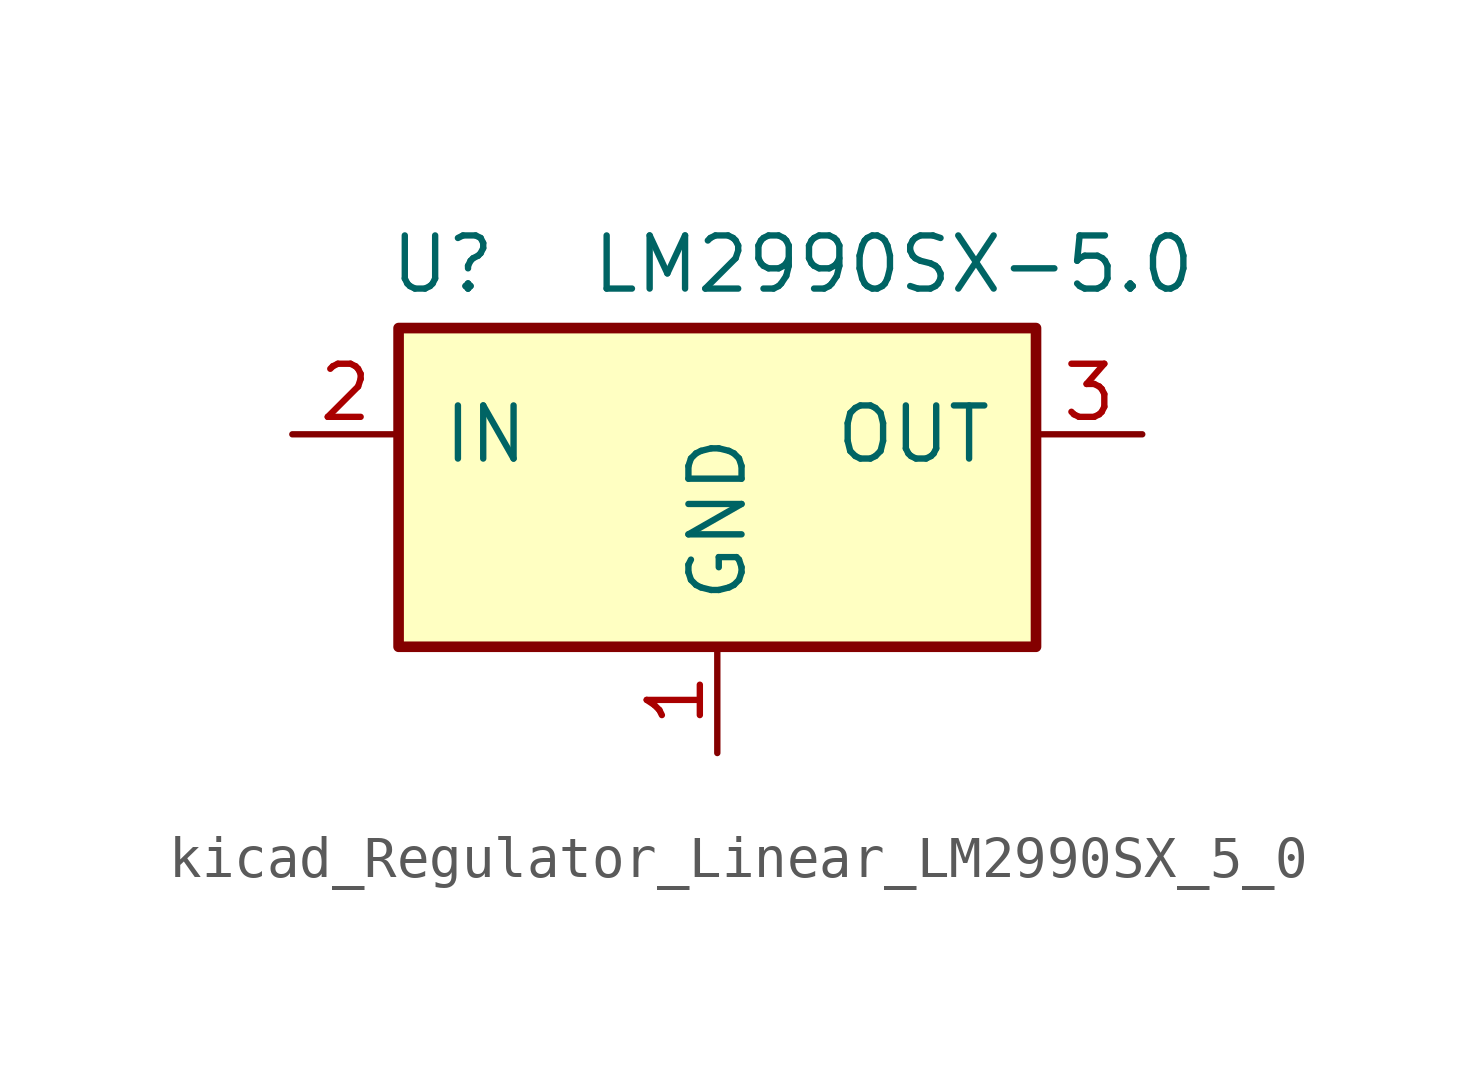
<source format=kicad_sym>
(kicad_symbol_lib
  (version 20220914)
  (generator kicad_symbol_editor)
  (symbol "kicad_Regulator_Linear_LM2990SX_5_0"
    (pin_names
      (offset 1.016))
    (property "Reference" "U"
      (at -7.874 4.064 0)
      (effects (font (size 1.27 1.27)) (justify left)))
    (property "Value" "LM2990SX-5.0"
      (at -3.048 4.064 0)
      (effects (font (size 1.27 1.27)) (justify left)))
    (symbol "kicad_Regulator_Linear_LM2990SX_5_0_0_1"
      (rectangle (start -7.62 2.54) (end 7.62 -5.08) (stroke (width 0.254) (type default)) (fill (type background))))
    (symbol "kicad_Regulator_Linear_LM2990SX_5_0_1_1"
      (pin power_in line (at 0 -7.62 90) (length 2.54) (name "GND" (effects (font (size 1.27 1.27)))) (number "1" (effects (font (size 1.27 1.27)))))
      (pin power_in line (at -10.16 0 0) (length 2.54) (name "IN" (effects (font (size 1.27 1.27)))) (number "2" (effects (font (size 1.27 1.27)))))
      (pin power_out line (at 10.16 0 180) (length 2.54) (name "OUT" (effects (font (size 1.27 1.27)))) (number "3" (effects (font (size 1.27 1.27))))))))
</source>
